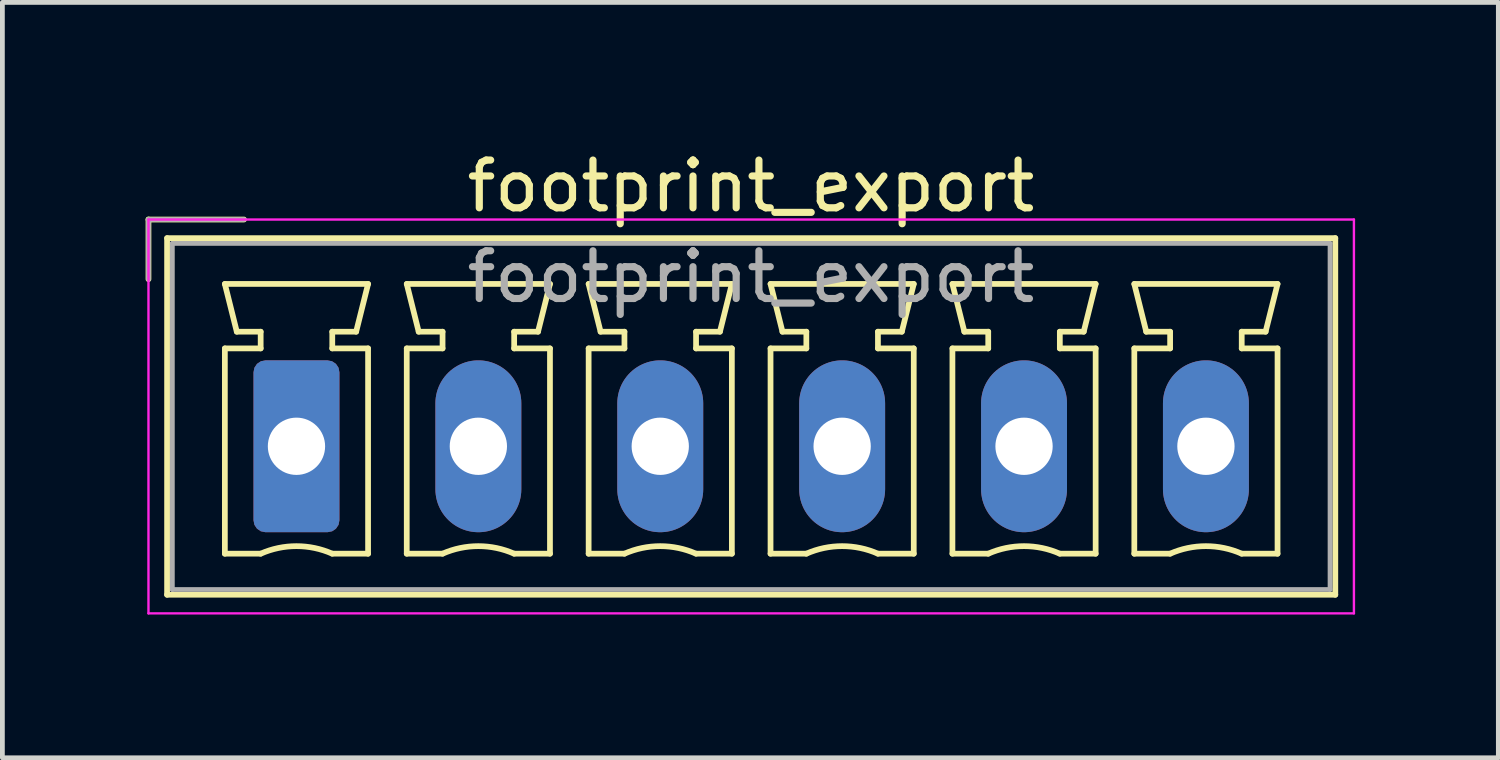
<source format=kicad_pcb>
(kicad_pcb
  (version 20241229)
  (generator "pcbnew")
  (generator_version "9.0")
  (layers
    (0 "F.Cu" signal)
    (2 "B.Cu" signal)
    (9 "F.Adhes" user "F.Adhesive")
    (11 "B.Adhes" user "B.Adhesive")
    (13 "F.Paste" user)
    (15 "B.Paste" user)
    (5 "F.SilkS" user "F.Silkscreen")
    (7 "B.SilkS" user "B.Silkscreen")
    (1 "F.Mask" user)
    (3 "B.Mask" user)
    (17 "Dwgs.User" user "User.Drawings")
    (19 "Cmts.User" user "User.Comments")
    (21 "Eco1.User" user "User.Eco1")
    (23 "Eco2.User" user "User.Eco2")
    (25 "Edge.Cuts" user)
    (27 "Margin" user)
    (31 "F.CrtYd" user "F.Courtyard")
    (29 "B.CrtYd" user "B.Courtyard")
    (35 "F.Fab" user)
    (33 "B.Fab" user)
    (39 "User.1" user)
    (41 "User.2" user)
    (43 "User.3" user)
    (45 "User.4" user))
  (footprint "footprint_export"
    (layer "F.Cu")
    (at 3.16 6.298)
    (property "Reference" "footprint_export" (at 9.52 -5.45 0) (layer "F.SilkS") (effects (font (size 1 1) (thickness 0.15))))
    (attr through_hole)
    (fp_line (start -3.1 -4.75) (end -1.1 -4.75) (stroke (width 0.12) (type solid)) (layer "F.SilkS"))
    (fp_line (start -3.1 -3.5) (end -3.1 -4.75) (stroke (width 0.12) (type solid)) (layer "F.SilkS"))
    (fp_line (start -2.71 -4.36) (end -2.71 3.11) (stroke (width 0.12) (type solid)) (layer "F.SilkS"))
    (fp_line (start -2.71 3.11) (end 21.76 3.11) (stroke (width 0.12) (type solid)) (layer "F.SilkS"))
    (fp_line (start -1.5 -3.4) (end 1.5 -3.4) (stroke (width 0.12) (type solid)) (layer "F.SilkS"))
    (fp_line (start -1.5 -2.05) (end -0.75 -2.05) (stroke (width 0.12) (type solid)) (layer "F.SilkS"))
    (fp_line (start -1.5 2.25) (end -1.5 -2.05) (stroke (width 0.12) (type solid)) (layer "F.SilkS"))
    (fp_line (start -1.25 -2.4) (end -1.5 -3.4) (stroke (width 0.12) (type solid)) (layer "F.SilkS"))
    (fp_line (start -0.75 -2.4) (end -1.25 -2.4) (stroke (width 0.12) (type solid)) (layer "F.SilkS"))
    (fp_line (start -0.75 -2.05) (end -0.75 -2.4) (stroke (width 0.12) (type solid)) (layer "F.SilkS"))
    (fp_line (start -0.75 2.25) (end -1.5 2.25) (stroke (width 0.12) (type solid)) (layer "F.SilkS"))
    (fp_line (start 0.75 -2.4) (end 0.75 -2.05) (stroke (width 0.12) (type solid)) (layer "F.SilkS"))
    (fp_line (start 0.75 -2.05) (end 1.5 -2.05) (stroke (width 0.12) (type solid)) (layer "F.SilkS"))
    (fp_line (start 1.25 -2.4) (end 0.75 -2.4) (stroke (width 0.12) (type solid)) (layer "F.SilkS"))
    (fp_line (start 1.5 -3.4) (end 1.25 -2.4) (stroke (width 0.12) (type solid)) (layer "F.SilkS"))
    (fp_line (start 1.5 -2.05) (end 1.5 2.25) (stroke (width 0.12) (type solid)) (layer "F.SilkS"))
    (fp_line (start 1.5 2.25) (end 0.75 2.25) (stroke (width 0.12) (type solid)) (layer "F.SilkS"))
    (fp_line (start 2.31 -3.4) (end 5.31 -3.4) (stroke (width 0.12) (type solid)) (layer "F.SilkS"))
    (fp_line (start 2.31 -2.05) (end 3.06 -2.05) (stroke (width 0.12) (type solid)) (layer "F.SilkS"))
    (fp_line (start 2.31 2.25) (end 2.31 -2.05) (stroke (width 0.12) (type solid)) (layer "F.SilkS"))
    (fp_line (start 2.56 -2.4) (end 2.31 -3.4) (stroke (width 0.12) (type solid)) (layer "F.SilkS"))
    (fp_line (start 3.06 -2.4) (end 2.56 -2.4) (stroke (width 0.12) (type solid)) (layer "F.SilkS"))
    (fp_line (start 3.06 -2.05) (end 3.06 -2.4) (stroke (width 0.12) (type solid)) (layer "F.SilkS"))
    (fp_line (start 3.06 2.25) (end 2.31 2.25) (stroke (width 0.12) (type solid)) (layer "F.SilkS"))
    (fp_line (start 4.56 -2.4) (end 4.56 -2.05) (stroke (width 0.12) (type solid)) (layer "F.SilkS"))
    (fp_line (start 4.56 -2.05) (end 5.31 -2.05) (stroke (width 0.12) (type solid)) (layer "F.SilkS"))
    (fp_line (start 5.06 -2.4) (end 4.56 -2.4) (stroke (width 0.12) (type solid)) (layer "F.SilkS"))
    (fp_line (start 5.31 -3.4) (end 5.06 -2.4) (stroke (width 0.12) (type solid)) (layer "F.SilkS"))
    (fp_line (start 5.31 -2.05) (end 5.31 2.25) (stroke (width 0.12) (type solid)) (layer "F.SilkS"))
    (fp_line (start 5.31 2.25) (end 4.56 2.25) (stroke (width 0.12) (type solid)) (layer "F.SilkS"))
    (fp_line (start 6.12 -3.4) (end 9.12 -3.4) (stroke (width 0.12) (type solid)) (layer "F.SilkS"))
    (fp_line (start 6.12 -2.05) (end 6.87 -2.05) (stroke (width 0.12) (type solid)) (layer "F.SilkS"))
    (fp_line (start 6.12 2.25) (end 6.12 -2.05) (stroke (width 0.12) (type solid)) (layer "F.SilkS"))
    (fp_line (start 6.37 -2.4) (end 6.12 -3.4) (stroke (width 0.12) (type solid)) (layer "F.SilkS"))
    (fp_line (start 6.87 -2.4) (end 6.37 -2.4) (stroke (width 0.12) (type solid)) (layer "F.SilkS"))
    (fp_line (start 6.87 -2.05) (end 6.87 -2.4) (stroke (width 0.12) (type solid)) (layer "F.SilkS"))
    (fp_line (start 6.87 2.25) (end 6.12 2.25) (stroke (width 0.12) (type solid)) (layer "F.SilkS"))
    (fp_line (start 8.37 -2.4) (end 8.37 -2.05) (stroke (width 0.12) (type solid)) (layer "F.SilkS"))
    (fp_line (start 8.37 -2.05) (end 9.12 -2.05) (stroke (width 0.12) (type solid)) (layer "F.SilkS"))
    (fp_line (start 8.87 -2.4) (end 8.37 -2.4) (stroke (width 0.12) (type solid)) (layer "F.SilkS"))
    (fp_line (start 9.12 -3.4) (end 8.87 -2.4) (stroke (width 0.12) (type solid)) (layer "F.SilkS"))
    (fp_line (start 9.12 -2.05) (end 9.12 2.25) (stroke (width 0.12) (type solid)) (layer "F.SilkS"))
    (fp_line (start 9.12 2.25) (end 8.37 2.25) (stroke (width 0.12) (type solid)) (layer "F.SilkS"))
    (fp_line (start 9.93 -3.4) (end 12.93 -3.4) (stroke (width 0.12) (type solid)) (layer "F.SilkS"))
    (fp_line (start 9.93 -2.05) (end 10.68 -2.05) (stroke (width 0.12) (type solid)) (layer "F.SilkS"))
    (fp_line (start 9.93 2.25) (end 9.93 -2.05) (stroke (width 0.12) (type solid)) (layer "F.SilkS"))
    (fp_line (start 10.18 -2.4) (end 9.93 -3.4) (stroke (width 0.12) (type solid)) (layer "F.SilkS"))
    (fp_line (start 10.68 -2.4) (end 10.18 -2.4) (stroke (width 0.12) (type solid)) (layer "F.SilkS"))
    (fp_line (start 10.68 -2.05) (end 10.68 -2.4) (stroke (width 0.12) (type solid)) (layer "F.SilkS"))
    (fp_line (start 10.68 2.25) (end 9.93 2.25) (stroke (width 0.12) (type solid)) (layer "F.SilkS"))
    (fp_line (start 12.18 -2.4) (end 12.18 -2.05) (stroke (width 0.12) (type solid)) (layer "F.SilkS"))
    (fp_line (start 12.18 -2.05) (end 12.93 -2.05) (stroke (width 0.12) (type solid)) (layer "F.SilkS"))
    (fp_line (start 12.68 -2.4) (end 12.18 -2.4) (stroke (width 0.12) (type solid)) (layer "F.SilkS"))
    (fp_line (start 12.93 -3.4) (end 12.68 -2.4) (stroke (width 0.12) (type solid)) (layer "F.SilkS"))
    (fp_line (start 12.93 -2.05) (end 12.93 2.25) (stroke (width 0.12) (type solid)) (layer "F.SilkS"))
    (fp_line (start 12.93 2.25) (end 12.18 2.25) (stroke (width 0.12) (type solid)) (layer "F.SilkS"))
    (fp_line (start 13.74 -3.4) (end 16.74 -3.4) (stroke (width 0.12) (type solid)) (layer "F.SilkS"))
    (fp_line (start 13.74 -2.05) (end 14.49 -2.05) (stroke (width 0.12) (type solid)) (layer "F.SilkS"))
    (fp_line (start 13.74 2.25) (end 13.74 -2.05) (stroke (width 0.12) (type solid)) (layer "F.SilkS"))
    (fp_line (start 13.99 -2.4) (end 13.74 -3.4) (stroke (width 0.12) (type solid)) (layer "F.SilkS"))
    (fp_line (start 14.49 -2.4) (end 13.99 -2.4) (stroke (width 0.12) (type solid)) (layer "F.SilkS"))
    (fp_line (start 14.49 -2.05) (end 14.49 -2.4) (stroke (width 0.12) (type solid)) (layer "F.SilkS"))
    (fp_line (start 14.49 2.25) (end 13.74 2.25) (stroke (width 0.12) (type solid)) (layer "F.SilkS"))
    (fp_line (start 15.99 -2.4) (end 15.99 -2.05) (stroke (width 0.12) (type solid)) (layer "F.SilkS"))
    (fp_line (start 15.99 -2.05) (end 16.74 -2.05) (stroke (width 0.12) (type solid)) (layer "F.SilkS"))
    (fp_line (start 16.49 -2.4) (end 15.99 -2.4) (stroke (width 0.12) (type solid)) (layer "F.SilkS"))
    (fp_line (start 16.74 -3.4) (end 16.49 -2.4) (stroke (width 0.12) (type solid)) (layer "F.SilkS"))
    (fp_line (start 16.74 -2.05) (end 16.74 2.25) (stroke (width 0.12) (type solid)) (layer "F.SilkS"))
    (fp_line (start 16.74 2.25) (end 15.99 2.25) (stroke (width 0.12) (type solid)) (layer "F.SilkS"))
    (fp_line (start 17.55 -3.4) (end 20.55 -3.4) (stroke (width 0.12) (type solid)) (layer "F.SilkS"))
    (fp_line (start 17.55 -2.05) (end 18.3 -2.05) (stroke (width 0.12) (type solid)) (layer "F.SilkS"))
    (fp_line (start 17.55 2.25) (end 17.55 -2.05) (stroke (width 0.12) (type solid)) (layer "F.SilkS"))
    (fp_line (start 17.8 -2.4) (end 17.55 -3.4) (stroke (width 0.12) (type solid)) (layer "F.SilkS"))
    (fp_line (start 18.3 -2.4) (end 17.8 -2.4) (stroke (width 0.12) (type solid)) (layer "F.SilkS"))
    (fp_line (start 18.3 -2.05) (end 18.3 -2.4) (stroke (width 0.12) (type solid)) (layer "F.SilkS"))
    (fp_line (start 18.3 2.25) (end 17.55 2.25) (stroke (width 0.12) (type solid)) (layer "F.SilkS"))
    (fp_line (start 19.8 -2.4) (end 19.8 -2.05) (stroke (width 0.12) (type solid)) (layer "F.SilkS"))
    (fp_line (start 19.8 -2.05) (end 20.55 -2.05) (stroke (width 0.12) (type solid)) (layer "F.SilkS"))
    (fp_line (start 20.3 -2.4) (end 19.8 -2.4) (stroke (width 0.12) (type solid)) (layer "F.SilkS"))
    (fp_line (start 20.55 -3.4) (end 20.3 -2.4) (stroke (width 0.12) (type solid)) (layer "F.SilkS"))
    (fp_line (start 20.55 -2.05) (end 20.55 2.25) (stroke (width 0.12) (type solid)) (layer "F.SilkS"))
    (fp_line (start 20.55 2.25) (end 19.8 2.25) (stroke (width 0.12) (type solid)) (layer "F.SilkS"))
    (fp_line (start 21.76 -4.36) (end -2.71 -4.36) (stroke (width 0.12) (type solid)) (layer "F.SilkS"))
    (fp_line (start 21.76 3.11) (end 21.76 -4.36) (stroke (width 0.12) (type solid)) (layer "F.SilkS"))
    (fp_arc (start -0.75 2.25) (mid -0.000193 2.09191) (end 0.749647 2.249844) (stroke (width 0.12) (type solid)) (layer "F.SilkS"))
    (fp_arc (start 3.06 2.25) (mid 3.809807 2.09191) (end 4.559647 2.249844) (stroke (width 0.12) (type solid)) (layer "F.SilkS"))
    (fp_arc (start 6.87 2.25) (mid 7.619807 2.09191) (end 8.369647 2.249844) (stroke (width 0.12) (type solid)) (layer "F.SilkS"))
    (fp_arc (start 10.68 2.25) (mid 11.429807 2.09191) (end 12.179647 2.249844) (stroke (width 0.12) (type solid)) (layer "F.SilkS"))
    (fp_arc (start 14.49 2.25) (mid 15.239807 2.09191) (end 15.989647 2.249844) (stroke (width 0.12) (type solid)) (layer "F.SilkS"))
    (fp_arc (start 18.3 2.25) (mid 19.049807 2.09191) (end 19.799647 2.249844) (stroke (width 0.12) (type solid)) (layer "F.SilkS"))
    (fp_line (start -3.1 -4.75) (end -3.1 3.5) (stroke (width 0.05) (type solid)) (layer "F.CrtYd"))
    (fp_line (start -3.1 3.5) (end 22.15 3.5) (stroke (width 0.05) (type solid)) (layer "F.CrtYd"))
    (fp_line (start 22.15 -4.75) (end -3.1 -4.75) (stroke (width 0.05) (type solid)) (layer "F.CrtYd"))
    (fp_line (start 22.15 3.5) (end 22.15 -4.75) (stroke (width 0.05) (type solid)) (layer "F.CrtYd"))
    (fp_line (start -3.1 -4.75) (end -1.1 -4.75) (stroke (width 0.1) (type solid)) (layer "F.Fab"))
    (fp_line (start -3.1 -3.5) (end -3.1 -4.75) (stroke (width 0.1) (type solid)) (layer "F.Fab"))
    (fp_line (start -2.6 -4.25) (end -2.6 3) (stroke (width 0.1) (type solid)) (layer "F.Fab"))
    (fp_line (start -2.6 3) (end 21.65 3) (stroke (width 0.1) (type solid)) (layer "F.Fab"))
    (fp_line (start 21.65 -4.25) (end -2.6 -4.25) (stroke (width 0.1) (type solid)) (layer "F.Fab"))
    (fp_line (start 21.65 3) (end 21.65 -4.25) (stroke (width 0.1) (type solid)) (layer "F.Fab"))
    (fp_text user "${REFERENCE}" (at 9.52 -3.55 0) (layer "F.Fab") (effects (font (size 1 1) (thickness 0.15))))
    (pad "1" thru_hole roundrect (at 0 0) (size 1.8 3.6) (drill 1.2) (layers "*.Cu" "*.Mask") (roundrect_rratio 0.139))
    (pad "2" thru_hole oval (at 3.81 0) (size 1.8 3.6) (drill 1.2) (layers "*.Cu" "*.Mask"))
    (pad "3" thru_hole oval (at 7.62 0) (size 1.8 3.6) (drill 1.2) (layers "*.Cu" "*.Mask"))
    (pad "4" thru_hole oval (at 11.43 0) (size 1.8 3.6) (drill 1.2) (layers "*.Cu" "*.Mask"))
    (pad "5" thru_hole oval (at 15.24 0) (size 1.8 3.6) (drill 1.2) (layers "*.Cu" "*.Mask"))
    (pad "6" thru_hole oval (at 19.05 0) (size 1.8 3.6) (drill 1.2) (layers "*.Cu" "*.Mask")))
  (gr_rect
    (start -3 -3)
    (end 28.335 12.823)
    (stroke (width 0.1) (type default))
    (fill no)
    (layer "Edge.Cuts")))
</source>
